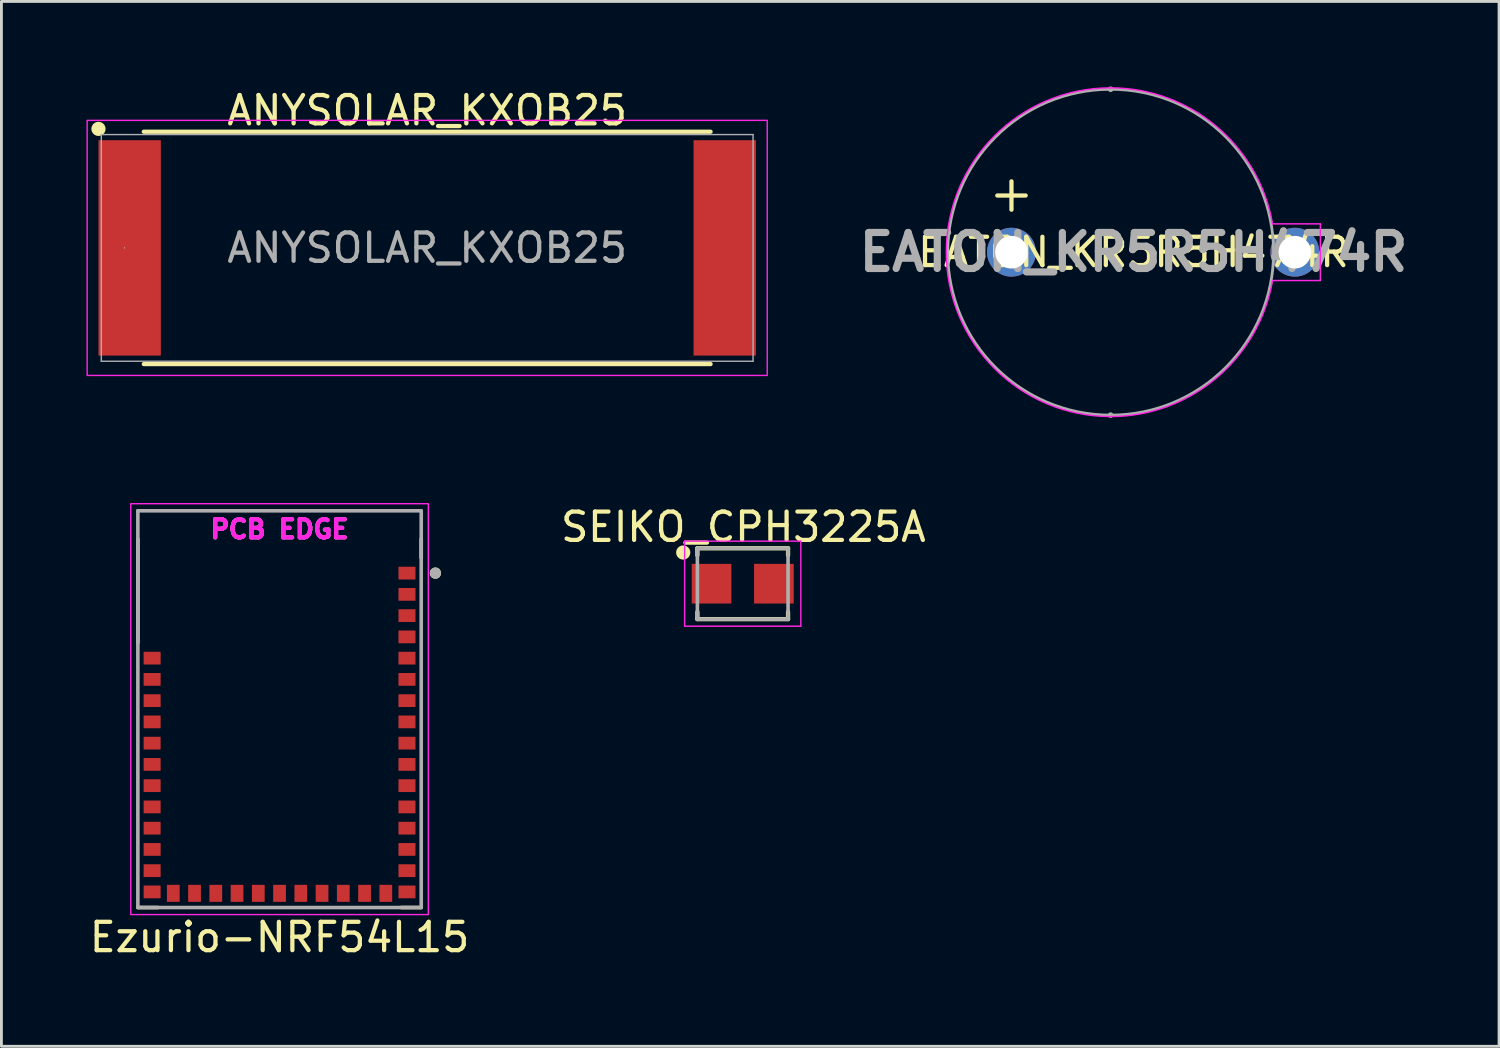
<source format=kicad_pcb>
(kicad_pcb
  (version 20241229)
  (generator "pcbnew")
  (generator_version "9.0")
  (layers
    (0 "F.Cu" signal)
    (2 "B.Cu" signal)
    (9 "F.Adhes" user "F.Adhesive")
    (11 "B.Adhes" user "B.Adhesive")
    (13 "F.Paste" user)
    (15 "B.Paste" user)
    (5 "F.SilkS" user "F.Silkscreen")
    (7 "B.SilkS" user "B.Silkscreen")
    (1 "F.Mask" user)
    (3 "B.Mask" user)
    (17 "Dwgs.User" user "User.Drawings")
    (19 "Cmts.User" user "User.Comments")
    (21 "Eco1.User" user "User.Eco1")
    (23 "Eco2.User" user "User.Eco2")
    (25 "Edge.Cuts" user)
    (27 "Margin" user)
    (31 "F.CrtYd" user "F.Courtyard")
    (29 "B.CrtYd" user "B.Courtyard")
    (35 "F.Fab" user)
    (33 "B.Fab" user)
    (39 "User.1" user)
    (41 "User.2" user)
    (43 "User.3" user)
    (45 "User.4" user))
  (footprint "Ezurio-NRF54L15"
    (layer "F.Cu")
    (at 6.815 21.975)
    (property "Reference" "Ezurio-NRF54L15" (at 0 8.05 0) (layer "F.SilkS") (effects (font (size 1 1) (thickness 0.15))))
    (attr smd)
    (fp_line (start -5 -2.345) (end -5 -6) (stroke (width 0.127) (type solid)) (layer "F.SilkS"))
    (fp_line (start -4.295 7) (end -5 7) (stroke (width 0.127) (type solid)) (layer "F.SilkS"))
    (fp_line (start 5 -6) (end 5 -5.345) (stroke (width 0.127) (type solid)) (layer "F.SilkS"))
    (fp_line (start 5 7) (end 4.295 7) (stroke (width 0.127) (type solid)) (layer "F.SilkS"))
    (fp_circle (center 5.5 -4.8) (end 5.6 -4.8) (stroke (width 0.2) (type solid)) (fill no) (layer "F.SilkS"))
    (fp_rect (start -5.25 -7.25) (end 5.25 7.25) (stroke (width 0.05) (type default)) (fill no) (layer "F.CrtYd"))
    (fp_line (start -5 -7) (end 5 -7) (stroke (width 0.127) (type solid)) (layer "F.Fab"))
    (fp_line (start -5 7) (end -5 -7) (stroke (width 0.127) (type solid)) (layer "F.Fab"))
    (fp_line (start 5 -7) (end 5 7) (stroke (width 0.127) (type solid)) (layer "F.Fab"))
    (fp_line (start 5 7) (end -5 7) (stroke (width 0.127) (type solid)) (layer "F.Fab"))
    (fp_circle (center 5.5 -4.8) (end 5.6 -4.8) (stroke (width 0.2) (type solid)) (fill no) (layer "F.Fab"))
    (fp_text user "PCB EDGE" (at 0 -6.35 0) (layer "F.CrtYd") (effects (font (size 0.64 0.64) (thickness 0.15))))
    (fp_text user "PCB EDGE" (at 0 -6.35 0) (layer "F.Fab") (effects (font (size 0.64 0.64) (thickness 0.15))))
    (pad "1" smd rect (at 4.497 -4.8) (size 0.6 0.45) (layers "F.Cu" "F.Mask" "F.Paste"))
    (pad "2" smd rect (at 4.497 -4.05) (size 0.6 0.45) (layers "F.Cu" "F.Mask" "F.Paste"))
    (pad "3" smd rect (at 4.497 -3.3) (size 0.6 0.45) (layers "F.Cu" "F.Mask" "F.Paste"))
    (pad "4" smd rect (at 4.497 -2.55) (size 0.6 0.45) (layers "F.Cu" "F.Mask" "F.Paste"))
    (pad "5" smd rect (at 4.497 -1.8) (size 0.6 0.45) (layers "F.Cu" "F.Mask" "F.Paste"))
    (pad "6" smd rect (at 4.497 -1.05) (size 0.6 0.45) (layers "F.Cu" "F.Mask" "F.Paste"))
    (pad "7" smd rect (at 4.497 -0.3) (size 0.6 0.45) (layers "F.Cu" "F.Mask" "F.Paste"))
    (pad "8" smd rect (at 4.497 0.45) (size 0.6 0.45) (layers "F.Cu" "F.Mask" "F.Paste"))
    (pad "9" smd rect (at 4.497 1.2) (size 0.6 0.45) (layers "F.Cu" "F.Mask" "F.Paste"))
    (pad "10" smd rect (at 4.497 1.95) (size 0.6 0.45) (layers "F.Cu" "F.Mask" "F.Paste"))
    (pad "11" smd rect (at 4.497 2.7) (size 0.6 0.45) (layers "F.Cu" "F.Mask" "F.Paste"))
    (pad "12" smd rect (at 4.497 3.45) (size 0.6 0.45) (layers "F.Cu" "F.Mask" "F.Paste"))
    (pad "13" smd rect (at 4.497 4.2) (size 0.6 0.45) (layers "F.Cu" "F.Mask" "F.Paste"))
    (pad "14" smd rect (at 4.497 4.95) (size 0.6 0.45) (layers "F.Cu" "F.Mask" "F.Paste"))
    (pad "15" smd rect (at 4.497 5.7) (size 0.6 0.45) (layers "F.Cu" "F.Mask" "F.Paste"))
    (pad "16" smd rect (at 4.497 6.45) (size 0.6 0.45) (layers "F.Cu" "F.Mask" "F.Paste"))
    (pad "17" smd rect (at 3.75 6.5) (size 0.45 0.6) (layers "F.Cu" "F.Mask" "F.Paste"))
    (pad "18" smd rect (at 3 6.5) (size 0.45 0.6) (layers "F.Cu" "F.Mask" "F.Paste"))
    (pad "19" smd rect (at 2.25 6.5) (size 0.45 0.6) (layers "F.Cu" "F.Mask" "F.Paste"))
    (pad "20" smd rect (at 1.5 6.5) (size 0.45 0.6) (layers "F.Cu" "F.Mask" "F.Paste"))
    (pad "21" smd rect (at 0.75 6.5) (size 0.45 0.6) (layers "F.Cu" "F.Mask" "F.Paste"))
    (pad "22" smd rect (at 0 6.5) (size 0.45 0.6) (layers "F.Cu" "F.Mask" "F.Paste"))
    (pad "23" smd rect (at -0.75 6.5) (size 0.45 0.6) (layers "F.Cu" "F.Mask" "F.Paste"))
    (pad "24" smd rect (at -1.5 6.5) (size 0.45 0.6) (layers "F.Cu" "F.Mask" "F.Paste"))
    (pad "25" smd rect (at -2.25 6.5) (size 0.45 0.6) (layers "F.Cu" "F.Mask" "F.Paste"))
    (pad "26" smd rect (at -3 6.5) (size 0.45 0.6) (layers "F.Cu" "F.Mask" "F.Paste"))
    (pad "27" smd rect (at -3.75 6.5) (size 0.45 0.6) (layers "F.Cu" "F.Mask" "F.Paste"))
    (pad "28" smd rect (at -4.497 6.45) (size 0.6 0.45) (layers "F.Cu" "F.Mask" "F.Paste"))
    (pad "29" smd rect (at -4.497 5.7) (size 0.6 0.45) (layers "F.Cu" "F.Mask" "F.Paste"))
    (pad "30" smd rect (at -4.497 4.95) (size 0.6 0.45) (layers "F.Cu" "F.Mask" "F.Paste"))
    (pad "31" smd rect (at -4.497 4.2) (size 0.6 0.45) (layers "F.Cu" "F.Mask" "F.Paste"))
    (pad "32" smd rect (at -4.497 3.45) (size 0.6 0.45) (layers "F.Cu" "F.Mask" "F.Paste"))
    (pad "33" smd rect (at -4.497 2.7) (size 0.6 0.45) (layers "F.Cu" "F.Mask" "F.Paste"))
    (pad "34" smd rect (at -4.497 1.95) (size 0.6 0.45) (layers "F.Cu" "F.Mask" "F.Paste"))
    (pad "35" smd rect (at -4.497 1.2) (size 0.6 0.45) (layers "F.Cu" "F.Mask" "F.Paste"))
    (pad "36" smd rect (at -4.497 0.45) (size 0.6 0.45) (layers "F.Cu" "F.Mask" "F.Paste"))
    (pad "37" smd rect (at -4.497 -0.3) (size 0.6 0.45) (layers "F.Cu" "F.Mask" "F.Paste"))
    (pad "38" smd rect (at -4.497 -1.05) (size 0.6 0.45) (layers "F.Cu" "F.Mask" "F.Paste"))
    (pad "39" smd rect (at -4.497 -1.8) (size 0.6 0.45) (layers "F.Cu" "F.Mask" "F.Paste"))
    (zone (net_name "") (layers "F.Cu" "B.Cu") (hatch full 0.508) (connect_pads) (min_thickness 0.01) (filled_areas_thickness no) (keepout (tracks not_allowed) (vias not_allowed) (pads not_allowed) (copperpour not_allowed) (footprints allowed)) (placement (enabled no)) (fill) (polygon (pts (xy 1.815 19.975) (xy 1.815 14.975) (xy 10.315 14.975) (xy 10.315 19.975) (xy 2.618 19.975) (xy 2.618 19.95) (xy 2.018 19.95) (xy 2.018 19.975)))))
  (footprint "EATON_KR5R5H474R"
    (layer "F.Cu")
    (at 42.644 5.85)
    (property "Reference" "EATON_KR5R5H474R" (at -5.694 0 0) (layer "F.SilkS") (effects (font (size 1 1) (thickness 0.15))))
    (attr through_hole)
    (fp_line (start -10.5 -2) (end -9.5 -2) (stroke (width 0.15) (type default)) (layer "F.SilkS"))
    (fp_line (start -10 -1.5) (end -10 -2.5) (stroke (width 0.15) (type default)) (layer "F.SilkS"))
    (fp_line (start -0.787 -1) (end 0.9 -1) (stroke (width 0.05) (type solid)) (layer "F.CrtYd"))
    (fp_line (start -0.787 1) (end 0.9 1) (stroke (width 0.05) (type solid)) (layer "F.CrtYd"))
    (fp_line (start 0.9 -1) (end 0.9 1) (stroke (width 0.05) (type solid)) (layer "F.CrtYd"))
    (fp_arc (start -6.5 -5.8) (mid -2.769918 -4.441451) (end -0.787249 -1.002237) (stroke (width 0.05) (type default)) (layer "F.CrtYd"))
    (fp_arc (start -6.5 5.8) (mid -12.3 0) (end -6.5 -5.8) (stroke (width 0.05) (type default)) (layer "F.CrtYd"))
    (fp_arc (start -0.786858 1.000004) (mid -2.76905 4.440723) (end -6.5 5.800002) (stroke (width 0.05) (type default)) (layer "F.CrtYd"))
    (fp_line (start -6.5 -5.75) (end -6.5 -5.75) (stroke (width 0.2) (type solid)) (layer "F.Fab"))
    (fp_line (start -6.5 5.75) (end -6.5 5.75) (stroke (width 0.2) (type solid)) (layer "F.Fab"))
    (fp_arc (start -6.5 -5.75) (mid -0.75 0) (end -6.5 5.75) (stroke (width 0.1) (type solid)) (layer "F.Fab"))
    (fp_arc (start -6.5 5.75) (mid -12.25 0) (end -6.5 -5.75) (stroke (width 0.1) (type solid)) (layer "F.Fab"))
    (fp_text user "${REFERENCE}" (at -5.694 0 0) (layer "F.Fab") (effects (font (size 1.27 1.27) (thickness 0.254))))
    (pad "1" thru_hole circle (at -10 0) (size 1.725 1.725) (drill 1.15) (layers "*.Cu" "*.Mask"))
    (pad "2" thru_hole circle (at 0 0) (size 1.725 1.725) (drill 1.15) (layers "*.Cu" "*.Mask")))
  (footprint "SEIKO_CPH3225A"
    (layer "F.Cu")
    (at 23.16 17.548)
    (property "Reference" "SEIKO_CPH3225A" (at 0.024 -2 0) (layer "F.SilkS") (effects (font (size 1 1) (thickness 0.15))))
    (attr smd)
    (fp_line (start -1.6 -1.25) (end -1.6 -1) (stroke (width 0.15) (type solid)) (layer "F.SilkS"))
    (fp_line (start -1.6 1.25) (end -1.6 1) (stroke (width 0.15) (type solid)) (layer "F.SilkS"))
    (fp_line (start 1.6 -1.25) (end -1.6 -1.25) (stroke (width 0.15) (type solid)) (layer "F.SilkS"))
    (fp_line (start 1.6 -1) (end 1.6 -1.25) (stroke (width 0.15) (type solid)) (layer "F.SilkS"))
    (fp_line (start 1.6 1) (end 1.6 1.25) (stroke (width 0.15) (type solid)) (layer "F.SilkS"))
    (fp_line (start 1.6 1.25) (end -1.6 1.25) (stroke (width 0.15) (type solid)) (layer "F.SilkS"))
    (fp_circle (center -2.1 -1.1) (end -1.9 -1.1) (stroke (width 0.1) (type solid)) (fill yes) (layer "F.SilkS"))
    (fp_line (start -2.05 -1.5) (end 2.05 -1.5) (stroke (width 0.05) (type solid)) (layer "F.CrtYd"))
    (fp_line (start -2.05 1.5) (end -2.05 -1.5) (stroke (width 0.05) (type solid)) (layer "F.CrtYd"))
    (fp_line (start 2.05 -1.5) (end 2.05 1.5) (stroke (width 0.05) (type solid)) (layer "F.CrtYd"))
    (fp_line (start 2.05 1.5) (end -2.05 1.5) (stroke (width 0.05) (type solid)) (layer "F.CrtYd"))
    (fp_line (start -1.6 -1.25) (end 1.6 -1.25) (stroke (width 0.127) (type solid)) (layer "F.Fab"))
    (fp_line (start -1.6 1.25) (end -1.6 -1.25) (stroke (width 0.127) (type solid)) (layer "F.Fab"))
    (fp_line (start 1.6 -1.25) (end 1.6 1.25) (stroke (width 0.127) (type solid)) (layer "F.Fab"))
    (fp_line (start 1.6 1.25) (end -1.6 1.25) (stroke (width 0.127) (type solid)) (layer "F.Fab"))
    (pad "1" smd rect (at -1.1 0) (size 1.4 1.4) (layers "F.Cu" "F.Mask" "F.Paste"))
    (pad "2" smd rect (at 1.1 0) (size 1.4 1.4) (layers "F.Cu" "F.Mask" "F.Paste")))
  (footprint "ANYSOLAR_KXOB25"
    (layer "F.Cu")
    (at 12.025 5.698)
    (property "Reference" "ANYSOLAR_KXOB25" (at 0 -4.85 0) (unlocked yes) (layer "F.SilkS") (effects (font (size 1 1) (thickness 0.15))))
    (attr smd)
    (fp_line (start -10 4.1) (end 10 4.1) (stroke (width 0.15) (type solid)) (layer "F.SilkS"))
    (fp_line (start 10 -4.1) (end -10 -4.1) (stroke (width 0.15) (type solid)) (layer "F.SilkS"))
    (fp_circle (center -11.6 -4.2) (end -11.4 -4.2) (stroke (width 0.1) (type solid)) (fill yes) (layer "F.SilkS"))
    (fp_rect (start -12 -4.5) (end 12 4.5) (stroke (width 0.05) (type solid)) (fill no) (layer "F.CrtYd"))
    (fp_line (start -11.5 -4) (end -11.5 4) (stroke (width 0.05) (type solid)) (layer "F.Fab"))
    (fp_line (start -11.5 4) (end 11.5 4) (stroke (width 0.05) (type solid)) (layer "F.Fab"))
    (fp_line (start 11.5 -4) (end -11.5 -4) (stroke (width 0.05) (type solid)) (layer "F.Fab"))
    (fp_line (start 11.5 4) (end 11.5 -4) (stroke (width 0.05) (type solid)) (layer "F.Fab"))
    (fp_circle (center -10.681 0) (end -10.681 0) (stroke (width 0.025) (type solid)) (fill no) (layer "F.Fab"))
    (fp_text user "${REFERENCE}" (at 0 0 0) (unlocked yes) (layer "F.Fab") (effects (font (size 1 1) (thickness 0.15))))
    (pad "1" smd rect (at -10.5 0) (size 2.2 7.6) (layers "F.Cu" "F.Mask" "F.Paste"))
    (pad "2" smd rect (at 10.5 0) (size 2.2 7.6) (layers "F.Cu" "F.Mask" "F.Paste"))
    (zone (net_name "") (layer "F.Cu") (hatch full 0.508) (connect_pads) (min_thickness 0.254) (filled_areas_thickness no) (keepout (tracks allowed) (vias allowed) (pads allowed) (copperpour not_allowed) (footprints not_allowed)) (placement (enabled no)) (fill) (polygon (pts (xy 2.576 1.749) (xy 21.474 1.749) (xy 21.474 9.648) (xy 2.576 9.648)))))
  (gr_rect
    (start -3 -3)
    (end 49.85 33.873)
    (stroke (width 0.1) (type default))
    (fill no)
    (layer "Edge.Cuts")))
</source>
